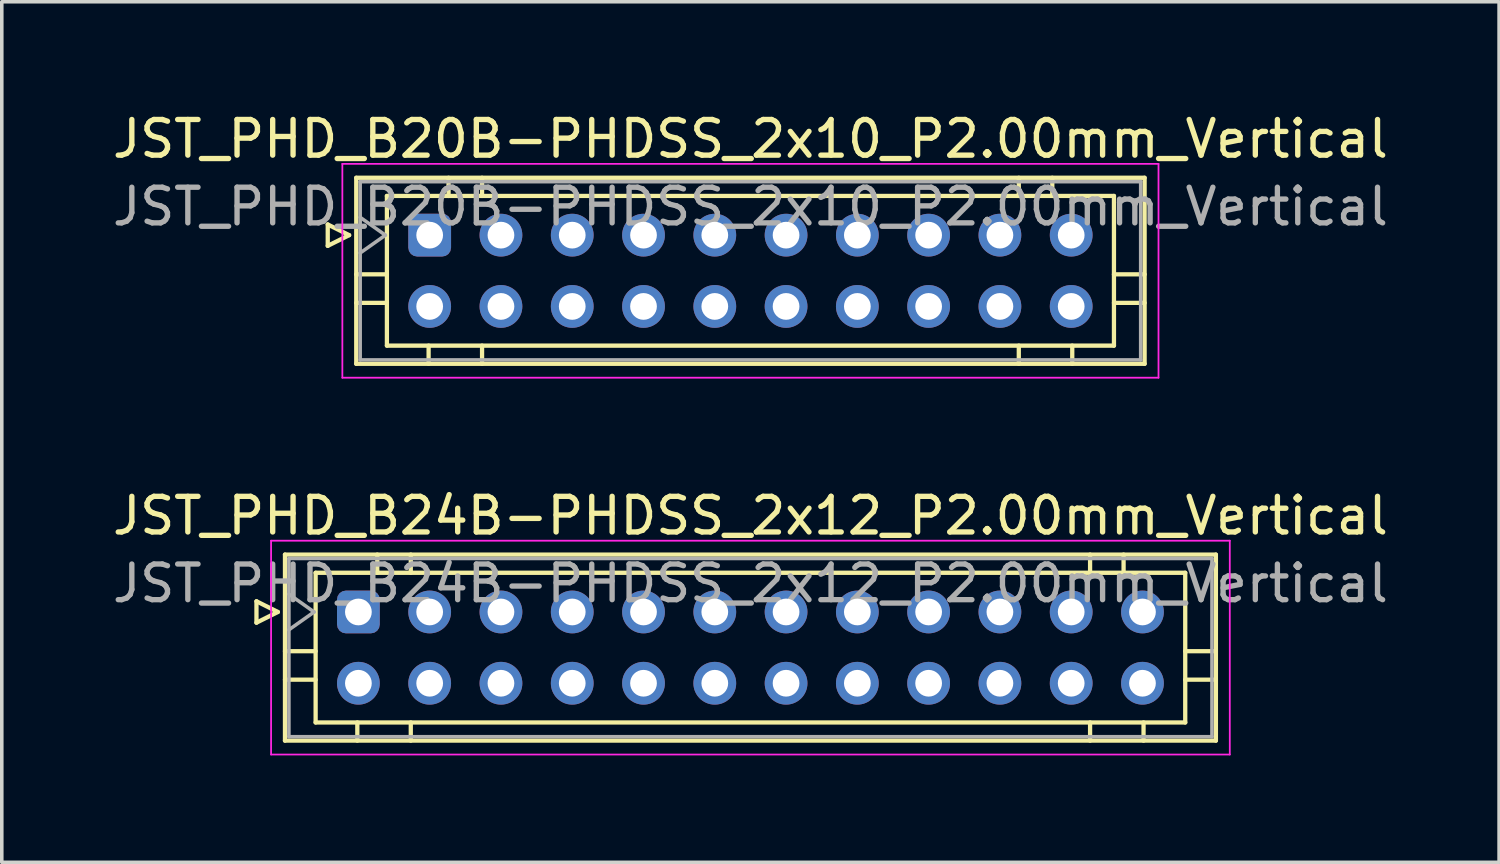
<source format=kicad_pcb>
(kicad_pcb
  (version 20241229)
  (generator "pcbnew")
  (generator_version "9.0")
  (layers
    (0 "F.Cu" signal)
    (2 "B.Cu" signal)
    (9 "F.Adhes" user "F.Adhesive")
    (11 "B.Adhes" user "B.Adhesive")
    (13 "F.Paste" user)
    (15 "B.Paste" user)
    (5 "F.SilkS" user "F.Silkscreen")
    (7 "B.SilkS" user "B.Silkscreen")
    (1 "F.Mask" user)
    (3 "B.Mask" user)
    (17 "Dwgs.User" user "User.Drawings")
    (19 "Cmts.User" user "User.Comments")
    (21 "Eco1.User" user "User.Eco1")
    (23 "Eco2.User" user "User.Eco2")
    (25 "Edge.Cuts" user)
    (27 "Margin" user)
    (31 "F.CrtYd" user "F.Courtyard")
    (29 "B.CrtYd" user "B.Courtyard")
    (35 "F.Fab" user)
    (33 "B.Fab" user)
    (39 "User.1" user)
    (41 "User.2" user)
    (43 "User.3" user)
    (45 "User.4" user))
  (footprint "JST_PHD_B24B-PHDSS_2x12_P2.00mm_Vertical"
    (layer "F.Cu")
    (at 7.006 14.121)
    (property "Reference" "JST_PHD_B24B-PHDSS_2x12_P2.00mm_Vertical" (at 11 -2.7 0) (layer "F.SilkS") (effects (font (size 1 1) (thickness 0.15))))
    (attr through_hole)
    (fp_line (start -2.86 -0.3) (end -2.26 0) (stroke (width 0.12) (type solid)) (layer "F.SilkS"))
    (fp_line (start -2.86 0.3) (end -2.86 -0.3) (stroke (width 0.12) (type solid)) (layer "F.SilkS"))
    (fp_line (start -2.26 0) (end -2.86 0.3) (stroke (width 0.12) (type solid)) (layer "F.SilkS"))
    (fp_line (start -2.06 -1.61) (end -2.06 3.61) (stroke (width 0.12) (type solid)) (layer "F.SilkS"))
    (fp_line (start -2.06 1.1) (end -1.2 1.1) (stroke (width 0.12) (type solid)) (layer "F.SilkS"))
    (fp_line (start -2.06 1.9) (end -1.2 1.9) (stroke (width 0.12) (type solid)) (layer "F.SilkS"))
    (fp_line (start -2.06 3.61) (end 24.06 3.61) (stroke (width 0.12) (type solid)) (layer "F.SilkS"))
    (fp_line (start -1.2 -1.1) (end -1.2 3.1) (stroke (width 0.12) (type solid)) (layer "F.SilkS"))
    (fp_line (start -1.2 3.1) (end 23.2 3.1) (stroke (width 0.12) (type solid)) (layer "F.SilkS"))
    (fp_line (start -0.03 3.61) (end -0.03 3.1) (stroke (width 0.12) (type solid)) (layer "F.SilkS"))
    (fp_line (start 0.53 -1.61) (end 0.53 -1.1) (stroke (width 0.12) (type solid)) (layer "F.SilkS"))
    (fp_line (start 1.47 -1.61) (end 1.47 -1.1) (stroke (width 0.12) (type solid)) (layer "F.SilkS"))
    (fp_line (start 1.47 3.61) (end 1.47 3.1) (stroke (width 0.12) (type solid)) (layer "F.SilkS"))
    (fp_line (start 20.53 -1.61) (end 20.53 -1.1) (stroke (width 0.12) (type solid)) (layer "F.SilkS"))
    (fp_line (start 20.53 3.61) (end 20.53 3.1) (stroke (width 0.12) (type solid)) (layer "F.SilkS"))
    (fp_line (start 21.47 -1.61) (end 21.47 -1.1) (stroke (width 0.12) (type solid)) (layer "F.SilkS"))
    (fp_line (start 22.03 3.61) (end 22.03 3.1) (stroke (width 0.12) (type solid)) (layer "F.SilkS"))
    (fp_line (start 23.2 -1.1) (end -1.2 -1.1) (stroke (width 0.12) (type solid)) (layer "F.SilkS"))
    (fp_line (start 23.2 3.1) (end 23.2 -1.1) (stroke (width 0.12) (type solid)) (layer "F.SilkS"))
    (fp_line (start 24.06 -1.61) (end -2.06 -1.61) (stroke (width 0.12) (type solid)) (layer "F.SilkS"))
    (fp_line (start 24.06 1.1) (end 23.2 1.1) (stroke (width 0.12) (type solid)) (layer "F.SilkS"))
    (fp_line (start 24.06 1.9) (end 23.2 1.9) (stroke (width 0.12) (type solid)) (layer "F.SilkS"))
    (fp_line (start 24.06 3.61) (end 24.06 -1.61) (stroke (width 0.12) (type solid)) (layer "F.SilkS"))
    (fp_line (start -2.45 -2) (end -2.45 4) (stroke (width 0.05) (type solid)) (layer "F.CrtYd"))
    (fp_line (start -2.45 4) (end 24.45 4) (stroke (width 0.05) (type solid)) (layer "F.CrtYd"))
    (fp_line (start 24.45 -2) (end -2.45 -2) (stroke (width 0.05) (type solid)) (layer "F.CrtYd"))
    (fp_line (start 24.45 4) (end 24.45 -2) (stroke (width 0.05) (type solid)) (layer "F.CrtYd"))
    (fp_line (start -1.95 -1.5) (end -1.95 3.5) (stroke (width 0.1) (type solid)) (layer "F.Fab"))
    (fp_line (start -1.95 0.5) (end -1.243 0) (stroke (width 0.1) (type solid)) (layer "F.Fab"))
    (fp_line (start -1.95 3.5) (end 23.95 3.5) (stroke (width 0.1) (type solid)) (layer "F.Fab"))
    (fp_line (start -1.243 0) (end -1.95 -0.5) (stroke (width 0.1) (type solid)) (layer "F.Fab"))
    (fp_line (start 23.95 -1.5) (end -1.95 -1.5) (stroke (width 0.1) (type solid)) (layer "F.Fab"))
    (fp_line (start 23.95 3.5) (end 23.95 -1.5) (stroke (width 0.1) (type solid)) (layer "F.Fab"))
    (fp_text user "${REFERENCE}" (at 11 -0.8 0) (layer "F.Fab") (effects (font (size 1 1) (thickness 0.15))))
    (pad "1" thru_hole roundrect (at 0 0) (size 1.2 1.2) (drill 0.75) (layers "*.Cu" "*.Mask") (roundrect_rratio 0.208))
    (pad "2" thru_hole circle (at 0 2) (size 1.2 1.2) (drill 0.75) (layers "*.Cu" "*.Mask"))
    (pad "3" thru_hole circle (at 2 0) (size 1.2 1.2) (drill 0.75) (layers "*.Cu" "*.Mask"))
    (pad "4" thru_hole circle (at 2 2) (size 1.2 1.2) (drill 0.75) (layers "*.Cu" "*.Mask"))
    (pad "5" thru_hole circle (at 4 0) (size 1.2 1.2) (drill 0.75) (layers "*.Cu" "*.Mask"))
    (pad "6" thru_hole circle (at 4 2) (size 1.2 1.2) (drill 0.75) (layers "*.Cu" "*.Mask"))
    (pad "7" thru_hole circle (at 6 0) (size 1.2 1.2) (drill 0.75) (layers "*.Cu" "*.Mask"))
    (pad "8" thru_hole circle (at 6 2) (size 1.2 1.2) (drill 0.75) (layers "*.Cu" "*.Mask"))
    (pad "9" thru_hole circle (at 8 0) (size 1.2 1.2) (drill 0.75) (layers "*.Cu" "*.Mask"))
    (pad "10" thru_hole circle (at 8 2) (size 1.2 1.2) (drill 0.75) (layers "*.Cu" "*.Mask"))
    (pad "11" thru_hole circle (at 10 0) (size 1.2 1.2) (drill 0.75) (layers "*.Cu" "*.Mask"))
    (pad "12" thru_hole circle (at 10 2) (size 1.2 1.2) (drill 0.75) (layers "*.Cu" "*.Mask"))
    (pad "13" thru_hole circle (at 12 0) (size 1.2 1.2) (drill 0.75) (layers "*.Cu" "*.Mask"))
    (pad "14" thru_hole circle (at 12 2) (size 1.2 1.2) (drill 0.75) (layers "*.Cu" "*.Mask"))
    (pad "15" thru_hole circle (at 14 0) (size 1.2 1.2) (drill 0.75) (layers "*.Cu" "*.Mask"))
    (pad "16" thru_hole circle (at 14 2) (size 1.2 1.2) (drill 0.75) (layers "*.Cu" "*.Mask"))
    (pad "17" thru_hole circle (at 16 0) (size 1.2 1.2) (drill 0.75) (layers "*.Cu" "*.Mask"))
    (pad "18" thru_hole circle (at 16 2) (size 1.2 1.2) (drill 0.75) (layers "*.Cu" "*.Mask"))
    (pad "19" thru_hole circle (at 18 0) (size 1.2 1.2) (drill 0.75) (layers "*.Cu" "*.Mask"))
    (pad "20" thru_hole circle (at 18 2) (size 1.2 1.2) (drill 0.75) (layers "*.Cu" "*.Mask"))
    (pad "21" thru_hole circle (at 20 0) (size 1.2 1.2) (drill 0.75) (layers "*.Cu" "*.Mask"))
    (pad "22" thru_hole circle (at 20 2) (size 1.2 1.2) (drill 0.75) (layers "*.Cu" "*.Mask"))
    (pad "23" thru_hole circle (at 22 0) (size 1.2 1.2) (drill 0.75) (layers "*.Cu" "*.Mask"))
    (pad "24" thru_hole circle (at 22 2) (size 1.2 1.2) (drill 0.75) (layers "*.Cu" "*.Mask")))
  (footprint "JST_PHD_B20B-PHDSS_2x10_P2.00mm_Vertical"
    (layer "F.Cu")
    (at 9.006 3.548)
    (property "Reference" "JST_PHD_B20B-PHDSS_2x10_P2.00mm_Vertical" (at 9 -2.7 0) (layer "F.SilkS") (effects (font (size 1 1) (thickness 0.15))))
    (attr through_hole)
    (fp_line (start -2.86 -0.3) (end -2.26 0) (stroke (width 0.12) (type solid)) (layer "F.SilkS"))
    (fp_line (start -2.86 0.3) (end -2.86 -0.3) (stroke (width 0.12) (type solid)) (layer "F.SilkS"))
    (fp_line (start -2.26 0) (end -2.86 0.3) (stroke (width 0.12) (type solid)) (layer "F.SilkS"))
    (fp_line (start -2.06 -1.61) (end -2.06 3.61) (stroke (width 0.12) (type solid)) (layer "F.SilkS"))
    (fp_line (start -2.06 1.1) (end -1.2 1.1) (stroke (width 0.12) (type solid)) (layer "F.SilkS"))
    (fp_line (start -2.06 1.9) (end -1.2 1.9) (stroke (width 0.12) (type solid)) (layer "F.SilkS"))
    (fp_line (start -2.06 3.61) (end 20.06 3.61) (stroke (width 0.12) (type solid)) (layer "F.SilkS"))
    (fp_line (start -1.2 -1.1) (end -1.2 3.1) (stroke (width 0.12) (type solid)) (layer "F.SilkS"))
    (fp_line (start -1.2 3.1) (end 19.2 3.1) (stroke (width 0.12) (type solid)) (layer "F.SilkS"))
    (fp_line (start -0.03 3.61) (end -0.03 3.1) (stroke (width 0.12) (type solid)) (layer "F.SilkS"))
    (fp_line (start 0.53 -1.61) (end 0.53 -1.1) (stroke (width 0.12) (type solid)) (layer "F.SilkS"))
    (fp_line (start 1.47 -1.61) (end 1.47 -1.1) (stroke (width 0.12) (type solid)) (layer "F.SilkS"))
    (fp_line (start 1.47 3.61) (end 1.47 3.1) (stroke (width 0.12) (type solid)) (layer "F.SilkS"))
    (fp_line (start 16.53 -1.61) (end 16.53 -1.1) (stroke (width 0.12) (type solid)) (layer "F.SilkS"))
    (fp_line (start 16.53 3.61) (end 16.53 3.1) (stroke (width 0.12) (type solid)) (layer "F.SilkS"))
    (fp_line (start 17.47 -1.61) (end 17.47 -1.1) (stroke (width 0.12) (type solid)) (layer "F.SilkS"))
    (fp_line (start 18.03 3.61) (end 18.03 3.1) (stroke (width 0.12) (type solid)) (layer "F.SilkS"))
    (fp_line (start 19.2 -1.1) (end -1.2 -1.1) (stroke (width 0.12) (type solid)) (layer "F.SilkS"))
    (fp_line (start 19.2 3.1) (end 19.2 -1.1) (stroke (width 0.12) (type solid)) (layer "F.SilkS"))
    (fp_line (start 20.06 -1.61) (end -2.06 -1.61) (stroke (width 0.12) (type solid)) (layer "F.SilkS"))
    (fp_line (start 20.06 1.1) (end 19.2 1.1) (stroke (width 0.12) (type solid)) (layer "F.SilkS"))
    (fp_line (start 20.06 1.9) (end 19.2 1.9) (stroke (width 0.12) (type solid)) (layer "F.SilkS"))
    (fp_line (start 20.06 3.61) (end 20.06 -1.61) (stroke (width 0.12) (type solid)) (layer "F.SilkS"))
    (fp_line (start -2.45 -2) (end -2.45 4) (stroke (width 0.05) (type solid)) (layer "F.CrtYd"))
    (fp_line (start -2.45 4) (end 20.45 4) (stroke (width 0.05) (type solid)) (layer "F.CrtYd"))
    (fp_line (start 20.45 -2) (end -2.45 -2) (stroke (width 0.05) (type solid)) (layer "F.CrtYd"))
    (fp_line (start 20.45 4) (end 20.45 -2) (stroke (width 0.05) (type solid)) (layer "F.CrtYd"))
    (fp_line (start -1.95 -1.5) (end -1.95 3.5) (stroke (width 0.1) (type solid)) (layer "F.Fab"))
    (fp_line (start -1.95 0.5) (end -1.243 0) (stroke (width 0.1) (type solid)) (layer "F.Fab"))
    (fp_line (start -1.95 3.5) (end 19.95 3.5) (stroke (width 0.1) (type solid)) (layer "F.Fab"))
    (fp_line (start -1.243 0) (end -1.95 -0.5) (stroke (width 0.1) (type solid)) (layer "F.Fab"))
    (fp_line (start 19.95 -1.5) (end -1.95 -1.5) (stroke (width 0.1) (type solid)) (layer "F.Fab"))
    (fp_line (start 19.95 3.5) (end 19.95 -1.5) (stroke (width 0.1) (type solid)) (layer "F.Fab"))
    (fp_text user "${REFERENCE}" (at 9 -0.8 0) (layer "F.Fab") (effects (font (size 1 1) (thickness 0.15))))
    (pad "1" thru_hole roundrect (at 0 0) (size 1.2 1.2) (drill 0.75) (layers "*.Cu" "*.Mask") (roundrect_rratio 0.208))
    (pad "2" thru_hole circle (at 0 2) (size 1.2 1.2) (drill 0.75) (layers "*.Cu" "*.Mask"))
    (pad "3" thru_hole circle (at 2 0) (size 1.2 1.2) (drill 0.75) (layers "*.Cu" "*.Mask"))
    (pad "4" thru_hole circle (at 2 2) (size 1.2 1.2) (drill 0.75) (layers "*.Cu" "*.Mask"))
    (pad "5" thru_hole circle (at 4 0) (size 1.2 1.2) (drill 0.75) (layers "*.Cu" "*.Mask"))
    (pad "6" thru_hole circle (at 4 2) (size 1.2 1.2) (drill 0.75) (layers "*.Cu" "*.Mask"))
    (pad "7" thru_hole circle (at 6 0) (size 1.2 1.2) (drill 0.75) (layers "*.Cu" "*.Mask"))
    (pad "8" thru_hole circle (at 6 2) (size 1.2 1.2) (drill 0.75) (layers "*.Cu" "*.Mask"))
    (pad "9" thru_hole circle (at 8 0) (size 1.2 1.2) (drill 0.75) (layers "*.Cu" "*.Mask"))
    (pad "10" thru_hole circle (at 8 2) (size 1.2 1.2) (drill 0.75) (layers "*.Cu" "*.Mask"))
    (pad "11" thru_hole circle (at 10 0) (size 1.2 1.2) (drill 0.75) (layers "*.Cu" "*.Mask"))
    (pad "12" thru_hole circle (at 10 2) (size 1.2 1.2) (drill 0.75) (layers "*.Cu" "*.Mask"))
    (pad "13" thru_hole circle (at 12 0) (size 1.2 1.2) (drill 0.75) (layers "*.Cu" "*.Mask"))
    (pad "14" thru_hole circle (at 12 2) (size 1.2 1.2) (drill 0.75) (layers "*.Cu" "*.Mask"))
    (pad "15" thru_hole circle (at 14 0) (size 1.2 1.2) (drill 0.75) (layers "*.Cu" "*.Mask"))
    (pad "16" thru_hole circle (at 14 2) (size 1.2 1.2) (drill 0.75) (layers "*.Cu" "*.Mask"))
    (pad "17" thru_hole circle (at 16 0) (size 1.2 1.2) (drill 0.75) (layers "*.Cu" "*.Mask"))
    (pad "18" thru_hole circle (at 16 2) (size 1.2 1.2) (drill 0.75) (layers "*.Cu" "*.Mask"))
    (pad "19" thru_hole circle (at 18 0) (size 1.2 1.2) (drill 0.75) (layers "*.Cu" "*.Mask"))
    (pad "20" thru_hole circle (at 18 2) (size 1.2 1.2) (drill 0.75) (layers "*.Cu" "*.Mask")))
  (gr_rect
    (start -3 -3)
    (end 39.012 21.146)
    (stroke (width 0.1) (type default))
    (fill no)
    (layer "Edge.Cuts")))
</source>
